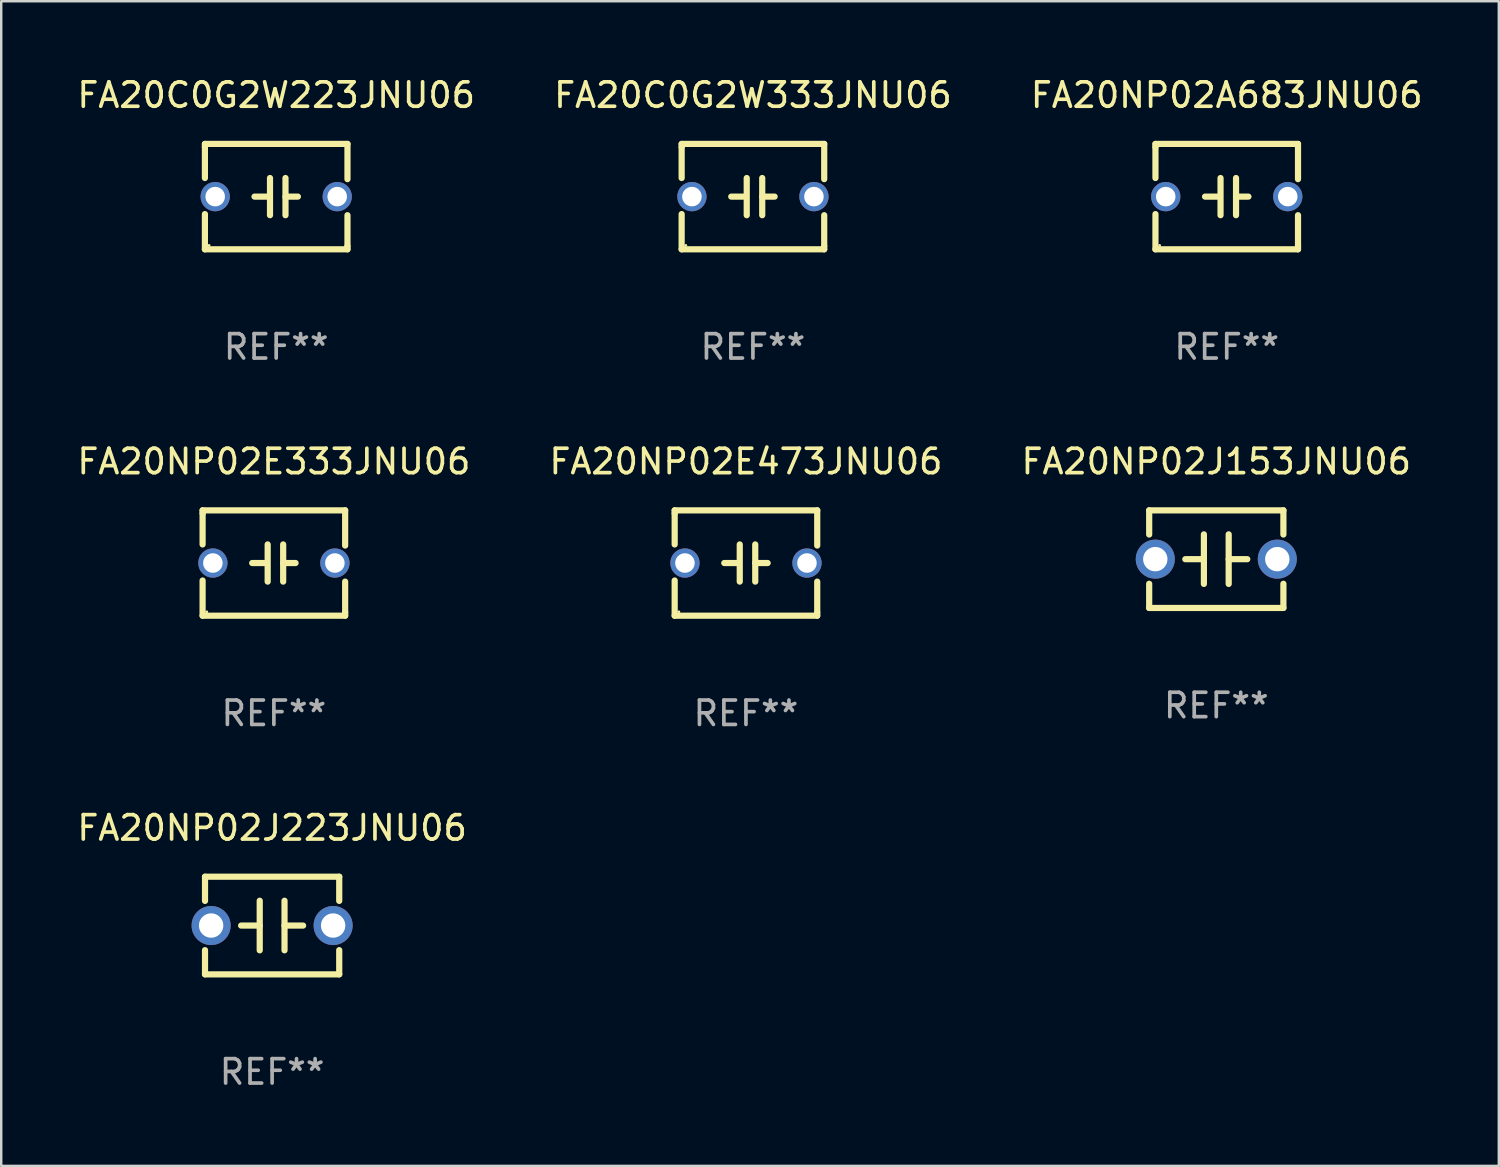
<source format=kicad_pcb>
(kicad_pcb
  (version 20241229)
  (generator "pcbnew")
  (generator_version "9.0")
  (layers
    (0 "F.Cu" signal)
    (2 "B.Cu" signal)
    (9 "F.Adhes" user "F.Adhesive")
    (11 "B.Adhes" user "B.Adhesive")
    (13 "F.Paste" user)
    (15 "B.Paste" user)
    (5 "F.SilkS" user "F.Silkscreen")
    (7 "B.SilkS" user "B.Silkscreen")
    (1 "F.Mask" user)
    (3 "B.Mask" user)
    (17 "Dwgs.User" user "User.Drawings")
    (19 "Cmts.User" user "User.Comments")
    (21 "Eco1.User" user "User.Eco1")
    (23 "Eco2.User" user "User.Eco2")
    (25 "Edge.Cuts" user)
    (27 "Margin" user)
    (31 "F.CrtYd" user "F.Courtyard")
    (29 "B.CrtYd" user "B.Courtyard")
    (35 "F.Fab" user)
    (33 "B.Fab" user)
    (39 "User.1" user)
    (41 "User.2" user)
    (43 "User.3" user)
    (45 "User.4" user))
  (footprint "FA20NP02A683JNU06"
    (layer "F.Cu")
    (at 47.22 5.007)
    (property "Reference" "FA20NP02A683JNU06" (at 0 -4.159 0) (layer "F.SilkS") (effects (font (size 1 1) (thickness 0.15))))
    (attr through_hole)
    (fp_line (start -2.921 -2.159) (end 2.921 -2.159) (stroke (width 0.254) (type solid)) (layer "F.SilkS"))
    (fp_line (start -2.921 -2.032) (end -2.921 -2.159) (stroke (width 0.254) (type solid)) (layer "F.SilkS"))
    (fp_line (start -2.921 -0.762) (end -2.921 -2.032) (stroke (width 0.254) (type solid)) (layer "F.SilkS"))
    (fp_line (start -2.921 2.159) (end -2.921 0.716) (stroke (width 0.254) (type solid)) (layer "F.SilkS"))
    (fp_line (start -0.381 -0.000025) (end -0.889 -0.000025) (stroke (width 0.254) (type solid)) (layer "F.SilkS"))
    (fp_line (start -0.254 -0.762) (end -0.254 0.762) (stroke (width 0.254) (type solid)) (layer "F.SilkS"))
    (fp_line (start 0.381 -0.762) (end 0.381 0.762) (stroke (width 0.254) (type solid)) (layer "F.SilkS"))
    (fp_line (start 0.381 0.000025) (end 0.889 0.000025) (stroke (width 0.254) (type solid)) (layer "F.SilkS"))
    (fp_line (start 2.921 -2.159) (end 2.921 -0.716) (stroke (width 0.254) (type solid)) (layer "F.SilkS"))
    (fp_line (start 2.921 0.762) (end 2.921 2.032) (stroke (width 0.254) (type solid)) (layer "F.SilkS"))
    (fp_line (start 2.921 2.032) (end 2.921 2.159) (stroke (width 0.254) (type solid)) (layer "F.SilkS"))
    (fp_line (start 2.921 2.159) (end -2.921 2.159) (stroke (width 0.254) (type solid)) (layer "F.SilkS"))
    (fp_circle (center -2.75 2) (end -2.72 2) (stroke (width 0.06) (type solid)) (fill no) (layer "F.SilkS"))
    (fp_text user "REF**" (at 0 6.159 0) (layer "F.Fab") (effects (font (size 1 1) (thickness 0.15))))
    (pad "1" thru_hole circle (at -2.5 0) (size 1.2 1.2) (drill 0.8) (layers "*.Cu" "*.Mask"))
    (pad "2" thru_hole circle (at 2.5 0) (size 1.2 1.2) (drill 0.8) (layers "*.Cu" "*.Mask")))
  (footprint "FA20NP02J223JNU06"
    (layer "F.Cu")
    (at 8.101 34.877)
    (property "Reference" "FA20NP02J223JNU06" (at 0 -4 0) (layer "F.SilkS") (effects (font (size 1 1) (thickness 0.15))))
    (attr through_hole)
    (fp_line (start -2.75 -2) (end -2.75 -1.009) (stroke (width 0.254) (type solid)) (layer "F.SilkS"))
    (fp_line (start -2.75 -2) (end 2.75 -2) (stroke (width 0.254) (type solid)) (layer "F.SilkS"))
    (fp_line (start -2.75 1.009) (end -2.75 2) (stroke (width 0.254) (type solid)) (layer "F.SilkS"))
    (fp_line (start -0.508 -1.016) (end -0.508 1.016) (stroke (width 0.254) (type solid)) (layer "F.SilkS"))
    (fp_line (start -0.508 0.002) (end -1.27 0.002) (stroke (width 0.254) (type solid)) (layer "F.SilkS"))
    (fp_line (start 0.508 0.002) (end 1.27 0.002) (stroke (width 0.254) (type solid)) (layer "F.SilkS"))
    (fp_line (start 0.508 1.016) (end 0.508 -1.016) (stroke (width 0.254) (type solid)) (layer "F.SilkS"))
    (fp_line (start 2.75 2) (end -2.75 2) (stroke (width 0.254) (type solid)) (layer "F.SilkS"))
    (fp_line (start 2.75 -2) (end 2.75 -1.009) (stroke (width 0.254) (type solid)) (layer "F.SilkS"))
    (fp_line (start 2.75 1.009) (end 2.75 2) (stroke (width 0.254) (type solid)) (layer "F.SilkS"))
    (fp_circle (center -2.75 2) (end -2.72 2) (stroke (width 0.06) (type solid)) (fill no) (layer "F.SilkS"))
    (fp_text user "REF**" (at 0 6 0) (layer "F.Fab") (effects (font (size 1 1) (thickness 0.15))))
    (pad "1" thru_hole circle (at -2.5 0) (size 1.6 1.6) (drill 1) (layers "*.Cu" "*.Mask"))
    (pad "2" thru_hole circle (at 2.5 0) (size 1.6 1.6) (drill 1) (layers "*.Cu" "*.Mask")))
  (footprint "FA20C0G2W333JNU06"
    (layer "F.Cu")
    (at 27.804 5.007)
    (property "Reference" "FA20C0G2W333JNU06" (at 0 -4.159 0) (layer "F.SilkS") (effects (font (size 1 1) (thickness 0.15))))
    (attr through_hole)
    (fp_line (start -2.921 -2.159) (end 2.921 -2.159) (stroke (width 0.254) (type solid)) (layer "F.SilkS"))
    (fp_line (start -2.921 -2.032) (end -2.921 -2.159) (stroke (width 0.254) (type solid)) (layer "F.SilkS"))
    (fp_line (start -2.921 -0.762) (end -2.921 -2.032) (stroke (width 0.254) (type solid)) (layer "F.SilkS"))
    (fp_line (start -2.921 2.159) (end -2.921 0.716) (stroke (width 0.254) (type solid)) (layer "F.SilkS"))
    (fp_line (start -0.381 -0.000025) (end -0.889 -0.000025) (stroke (width 0.254) (type solid)) (layer "F.SilkS"))
    (fp_line (start -0.254 -0.762) (end -0.254 0.762) (stroke (width 0.254) (type solid)) (layer "F.SilkS"))
    (fp_line (start 0.381 -0.762) (end 0.381 0.762) (stroke (width 0.254) (type solid)) (layer "F.SilkS"))
    (fp_line (start 0.381 0.000025) (end 0.889 0.000025) (stroke (width 0.254) (type solid)) (layer "F.SilkS"))
    (fp_line (start 2.921 -2.159) (end 2.921 -0.716) (stroke (width 0.254) (type solid)) (layer "F.SilkS"))
    (fp_line (start 2.921 0.762) (end 2.921 2.032) (stroke (width 0.254) (type solid)) (layer "F.SilkS"))
    (fp_line (start 2.921 2.032) (end 2.921 2.159) (stroke (width 0.254) (type solid)) (layer "F.SilkS"))
    (fp_line (start 2.921 2.159) (end -2.921 2.159) (stroke (width 0.254) (type solid)) (layer "F.SilkS"))
    (fp_circle (center -2.75 2) (end -2.72 2) (stroke (width 0.06) (type solid)) (fill no) (layer "F.SilkS"))
    (fp_text user "REF**" (at 0 6.159 0) (layer "F.Fab") (effects (font (size 1 1) (thickness 0.15))))
    (pad "1" thru_hole circle (at -2.5 0) (size 1.2 1.2) (drill 0.8) (layers "*.Cu" "*.Mask"))
    (pad "2" thru_hole circle (at 2.5 0) (size 1.2 1.2) (drill 0.8) (layers "*.Cu" "*.Mask")))
  (footprint "FA20C0G2W223JNU06"
    (layer "F.Cu")
    (at 8.268 5.007)
    (property "Reference" "FA20C0G2W223JNU06" (at 0 -4.159 0) (layer "F.SilkS") (effects (font (size 1 1) (thickness 0.15))))
    (attr through_hole)
    (fp_line (start -2.921 -2.159) (end 2.921 -2.159) (stroke (width 0.254) (type solid)) (layer "F.SilkS"))
    (fp_line (start -2.921 -2.032) (end -2.921 -2.159) (stroke (width 0.254) (type solid)) (layer "F.SilkS"))
    (fp_line (start -2.921 -0.762) (end -2.921 -2.032) (stroke (width 0.254) (type solid)) (layer "F.SilkS"))
    (fp_line (start -2.921 2.159) (end -2.921 0.716) (stroke (width 0.254) (type solid)) (layer "F.SilkS"))
    (fp_line (start -0.381 -0.000025) (end -0.889 -0.000025) (stroke (width 0.254) (type solid)) (layer "F.SilkS"))
    (fp_line (start -0.254 -0.762) (end -0.254 0.762) (stroke (width 0.254) (type solid)) (layer "F.SilkS"))
    (fp_line (start 0.381 -0.762) (end 0.381 0.762) (stroke (width 0.254) (type solid)) (layer "F.SilkS"))
    (fp_line (start 0.381 0.000025) (end 0.889 0.000025) (stroke (width 0.254) (type solid)) (layer "F.SilkS"))
    (fp_line (start 2.921 -2.159) (end 2.921 -0.716) (stroke (width 0.254) (type solid)) (layer "F.SilkS"))
    (fp_line (start 2.921 0.762) (end 2.921 2.032) (stroke (width 0.254) (type solid)) (layer "F.SilkS"))
    (fp_line (start 2.921 2.032) (end 2.921 2.159) (stroke (width 0.254) (type solid)) (layer "F.SilkS"))
    (fp_line (start 2.921 2.159) (end -2.921 2.159) (stroke (width 0.254) (type solid)) (layer "F.SilkS"))
    (fp_circle (center -2.75 2) (end -2.72 2) (stroke (width 0.06) (type solid)) (fill no) (layer "F.SilkS"))
    (fp_text user "REF**" (at 0 6.159 0) (layer "F.Fab") (effects (font (size 1 1) (thickness 0.15))))
    (pad "1" thru_hole circle (at -2.5 0) (size 1.2 1.2) (drill 0.8) (layers "*.Cu" "*.Mask"))
    (pad "2" thru_hole circle (at 2.5 0) (size 1.2 1.2) (drill 0.8) (layers "*.Cu" "*.Mask")))
  (footprint "FA20NP02E473JNU06"
    (layer "F.Cu")
    (at 27.518 20.022)
    (property "Reference" "FA20NP02E473JNU06" (at 0 -4.159 0) (layer "F.SilkS") (effects (font (size 1 1) (thickness 0.15))))
    (attr through_hole)
    (fp_line (start -2.921 -2.159) (end 2.921 -2.159) (stroke (width 0.254) (type solid)) (layer "F.SilkS"))
    (fp_line (start -2.921 -2.032) (end -2.921 -2.159) (stroke (width 0.254) (type solid)) (layer "F.SilkS"))
    (fp_line (start -2.921 -0.762) (end -2.921 -2.032) (stroke (width 0.254) (type solid)) (layer "F.SilkS"))
    (fp_line (start -2.921 2.159) (end -2.921 0.716) (stroke (width 0.254) (type solid)) (layer "F.SilkS"))
    (fp_line (start -0.381 -0.000025) (end -0.889 -0.000025) (stroke (width 0.254) (type solid)) (layer "F.SilkS"))
    (fp_line (start -0.254 -0.762) (end -0.254 0.762) (stroke (width 0.254) (type solid)) (layer "F.SilkS"))
    (fp_line (start 0.381 -0.762) (end 0.381 0.762) (stroke (width 0.254) (type solid)) (layer "F.SilkS"))
    (fp_line (start 0.381 0.000025) (end 0.889 0.000025) (stroke (width 0.254) (type solid)) (layer "F.SilkS"))
    (fp_line (start 2.921 -2.159) (end 2.921 -0.716) (stroke (width 0.254) (type solid)) (layer "F.SilkS"))
    (fp_line (start 2.921 0.762) (end 2.921 2.032) (stroke (width 0.254) (type solid)) (layer "F.SilkS"))
    (fp_line (start 2.921 2.032) (end 2.921 2.159) (stroke (width 0.254) (type solid)) (layer "F.SilkS"))
    (fp_line (start 2.921 2.159) (end -2.921 2.159) (stroke (width 0.254) (type solid)) (layer "F.SilkS"))
    (fp_circle (center -2.75 2) (end -2.72 2) (stroke (width 0.06) (type solid)) (fill no) (layer "F.SilkS"))
    (fp_text user "REF**" (at 0 6.159 0) (layer "F.Fab") (effects (font (size 1 1) (thickness 0.15))))
    (pad "1" thru_hole circle (at -2.5 0) (size 1.2 1.2) (drill 0.8) (layers "*.Cu" "*.Mask"))
    (pad "2" thru_hole circle (at 2.5 0) (size 1.2 1.2) (drill 0.8) (layers "*.Cu" "*.Mask")))
  (footprint "FA20NP02E333JNU06"
    (layer "F.Cu")
    (at 8.173 20.022)
    (property "Reference" "FA20NP02E333JNU06" (at 0 -4.159 0) (layer "F.SilkS") (effects (font (size 1 1) (thickness 0.15))))
    (attr through_hole)
    (fp_line (start -2.921 -2.159) (end 2.921 -2.159) (stroke (width 0.254) (type solid)) (layer "F.SilkS"))
    (fp_line (start -2.921 -2.032) (end -2.921 -2.159) (stroke (width 0.254) (type solid)) (layer "F.SilkS"))
    (fp_line (start -2.921 -0.762) (end -2.921 -2.032) (stroke (width 0.254) (type solid)) (layer "F.SilkS"))
    (fp_line (start -2.921 2.159) (end -2.921 0.716) (stroke (width 0.254) (type solid)) (layer "F.SilkS"))
    (fp_line (start -0.381 -0.000025) (end -0.889 -0.000025) (stroke (width 0.254) (type solid)) (layer "F.SilkS"))
    (fp_line (start -0.254 -0.762) (end -0.254 0.762) (stroke (width 0.254) (type solid)) (layer "F.SilkS"))
    (fp_line (start 0.381 -0.762) (end 0.381 0.762) (stroke (width 0.254) (type solid)) (layer "F.SilkS"))
    (fp_line (start 0.381 0.000025) (end 0.889 0.000025) (stroke (width 0.254) (type solid)) (layer "F.SilkS"))
    (fp_line (start 2.921 -2.159) (end 2.921 -0.716) (stroke (width 0.254) (type solid)) (layer "F.SilkS"))
    (fp_line (start 2.921 0.762) (end 2.921 2.032) (stroke (width 0.254) (type solid)) (layer "F.SilkS"))
    (fp_line (start 2.921 2.032) (end 2.921 2.159) (stroke (width 0.254) (type solid)) (layer "F.SilkS"))
    (fp_line (start 2.921 2.159) (end -2.921 2.159) (stroke (width 0.254) (type solid)) (layer "F.SilkS"))
    (fp_circle (center -2.75 2) (end -2.72 2) (stroke (width 0.06) (type solid)) (fill no) (layer "F.SilkS"))
    (fp_text user "REF**" (at 0 6.159 0) (layer "F.Fab") (effects (font (size 1 1) (thickness 0.15))))
    (pad "1" thru_hole circle (at -2.5 0) (size 1.2 1.2) (drill 0.8) (layers "*.Cu" "*.Mask"))
    (pad "2" thru_hole circle (at 2.5 0) (size 1.2 1.2) (drill 0.8) (layers "*.Cu" "*.Mask")))
  (footprint "FA20NP02J153JNU06"
    (layer "F.Cu")
    (at 46.792 19.863)
    (property "Reference" "FA20NP02J153JNU06" (at 0 -4 0) (layer "F.SilkS") (effects (font (size 1 1) (thickness 0.15))))
    (attr through_hole)
    (fp_line (start -2.75 -2) (end -2.75 -1.009) (stroke (width 0.254) (type solid)) (layer "F.SilkS"))
    (fp_line (start -2.75 -2) (end 2.75 -2) (stroke (width 0.254) (type solid)) (layer "F.SilkS"))
    (fp_line (start -2.75 1.009) (end -2.75 2) (stroke (width 0.254) (type solid)) (layer "F.SilkS"))
    (fp_line (start -0.508 -1.016) (end -0.508 1.016) (stroke (width 0.254) (type solid)) (layer "F.SilkS"))
    (fp_line (start -0.508 0.002) (end -1.27 0.002) (stroke (width 0.254) (type solid)) (layer "F.SilkS"))
    (fp_line (start 0.508 0.002) (end 1.27 0.002) (stroke (width 0.254) (type solid)) (layer "F.SilkS"))
    (fp_line (start 0.508 1.016) (end 0.508 -1.016) (stroke (width 0.254) (type solid)) (layer "F.SilkS"))
    (fp_line (start 2.75 2) (end -2.75 2) (stroke (width 0.254) (type solid)) (layer "F.SilkS"))
    (fp_line (start 2.75 -2) (end 2.75 -1.009) (stroke (width 0.254) (type solid)) (layer "F.SilkS"))
    (fp_line (start 2.75 1.009) (end 2.75 2) (stroke (width 0.254) (type solid)) (layer "F.SilkS"))
    (fp_circle (center -2.75 2) (end -2.72 2) (stroke (width 0.06) (type solid)) (fill no) (layer "F.SilkS"))
    (fp_text user "REF**" (at 0 6 0) (layer "F.Fab") (effects (font (size 1 1) (thickness 0.15))))
    (pad "1" thru_hole circle (at -2.5 0) (size 1.6 1.6) (drill 1) (layers "*.Cu" "*.Mask"))
    (pad "2" thru_hole circle (at 2.5 0) (size 1.6 1.6) (drill 1) (layers "*.Cu" "*.Mask")))
  (gr_rect
    (start -3 -3)
    (end 58.369 44.726)
    (stroke (width 0.1) (type default))
    (fill no)
    (layer "Edge.Cuts")))
</source>
